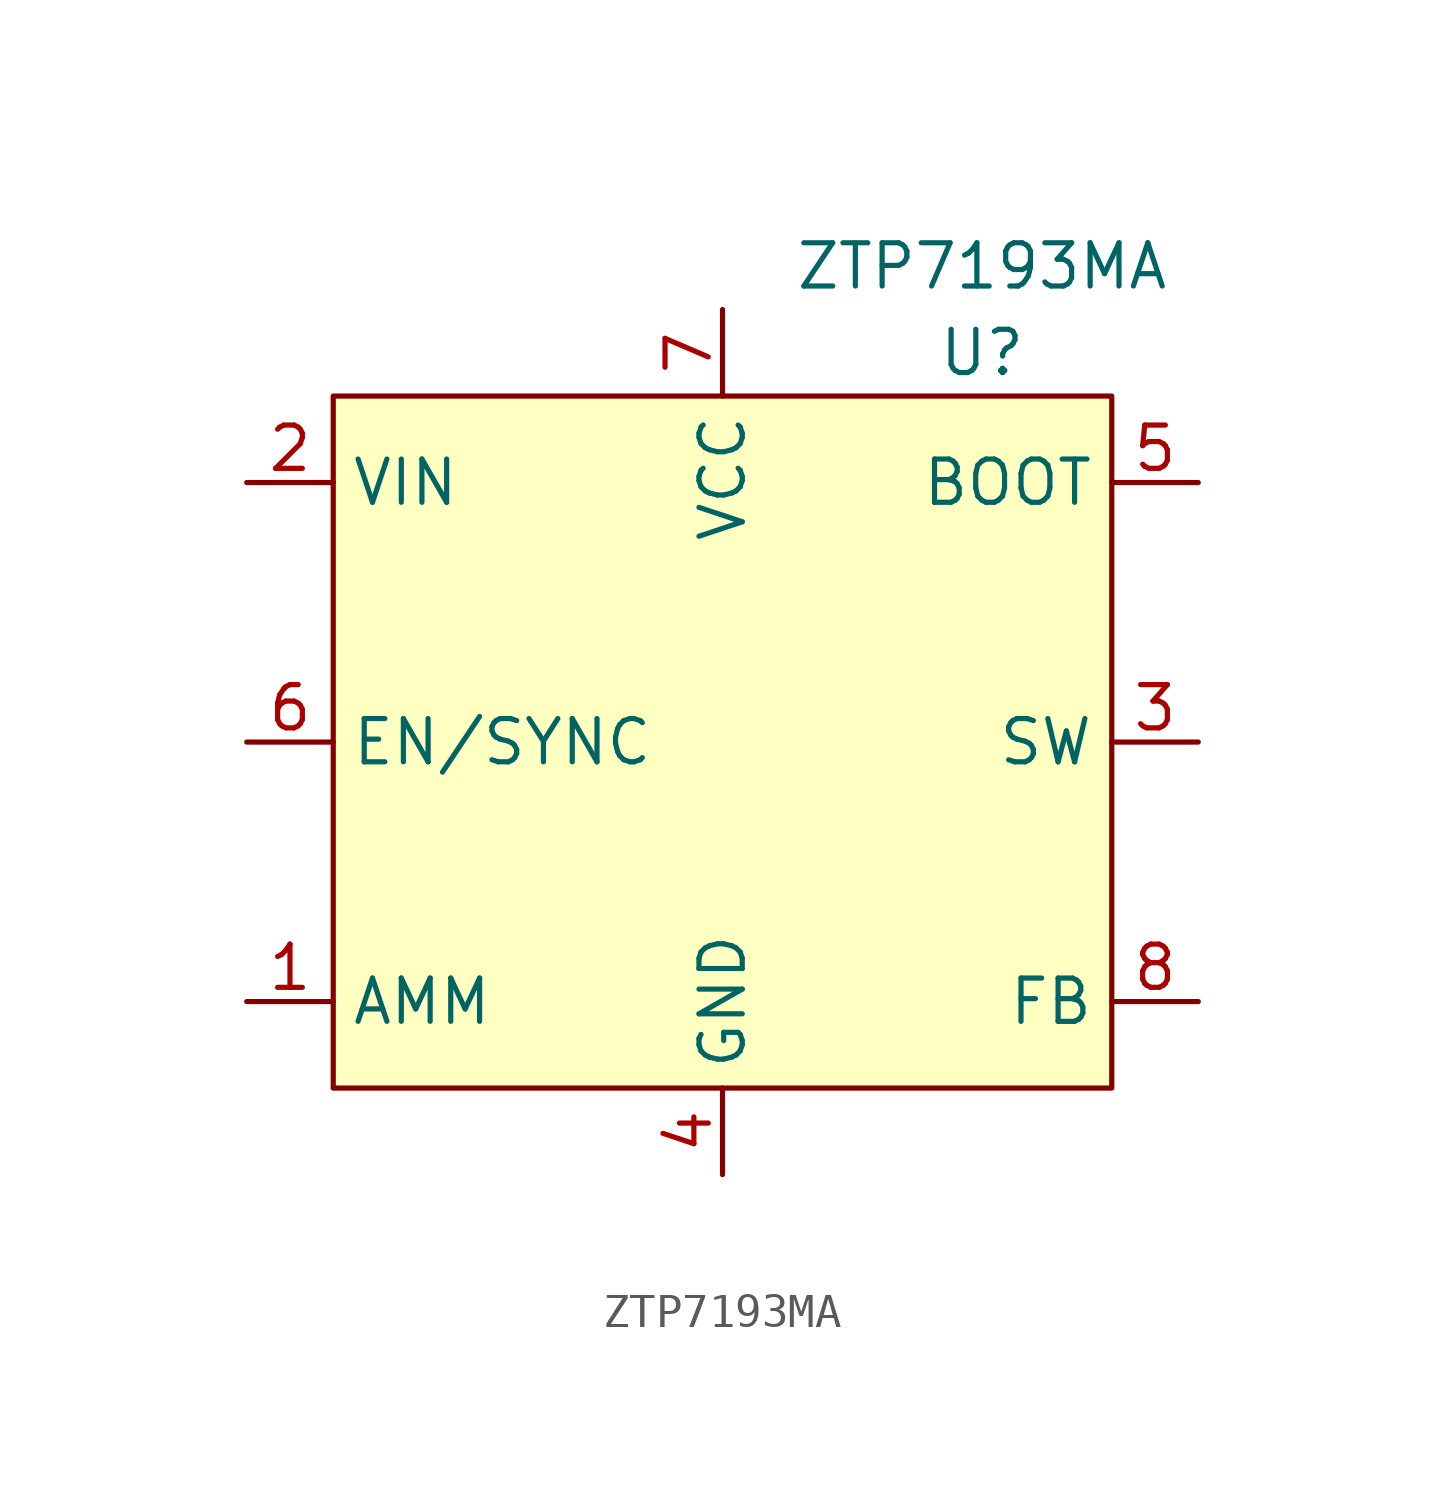
<source format=kicad_sym>
(kicad_symbol_lib
  (version 20211014)
  (generator kicad_symbol_editor)
  (symbol "ZTP7193MA"
    (property "Reference" "U"
      (at 7.62 10.16 0)
      (effects (font (size 1.27 1.27))))
    (property "Value" "ZTP7193MA"
      (at 7.62 12.7 0)
      (effects (font (size 1.27 1.27))))
    (symbol "ZTP7193MA_0_1"
      (rectangle (start -11.43 8.89) (end 11.43 -11.43) (stroke (width 0) (type default) (color 0 0 0 0)) (fill (type background))))
    (symbol "ZTP7193MA_1_1"
      (pin input line (at -13.97 -8.89 0) (length 2.54) (name "AMM" (effects (font (size 1.27 1.27)))) (number "1" (effects (font (size 1.27 1.27)))))
      (pin input line (at -13.97 6.35 0) (length 2.54) (name "VIN" (effects (font (size 1.27 1.27)))) (number "2" (effects (font (size 1.27 1.27)))))
      (pin input line (at 13.97 -1.27 180) (length 2.54) (name "SW" (effects (font (size 1.27 1.27)))) (number "3" (effects (font (size 1.27 1.27)))))
      (pin input line (at 0 -13.97 90) (length 2.54) (name "GND" (effects (font (size 1.27 1.27)))) (number "4" (effects (font (size 1.27 1.27)))))
      (pin input line (at 13.97 6.35 180) (length 2.54) (name "BOOT" (effects (font (size 1.27 1.27)))) (number "5" (effects (font (size 1.27 1.27)))))
      (pin input line (at -13.97 -1.27 0) (length 2.54) (name "EN/SYNC" (effects (font (size 1.27 1.27)))) (number "6" (effects (font (size 1.27 1.27)))))
      (pin input line (at 0 11.43 270) (length 2.54) (name "VCC" (effects (font (size 1.27 1.27)))) (number "7" (effects (font (size 1.27 1.27)))))
      (pin input line (at 13.97 -8.89 180) (length 2.54) (name "FB" (effects (font (size 1.27 1.27)))) (number "8" (effects (font (size 1.27 1.27))))))))
</source>
